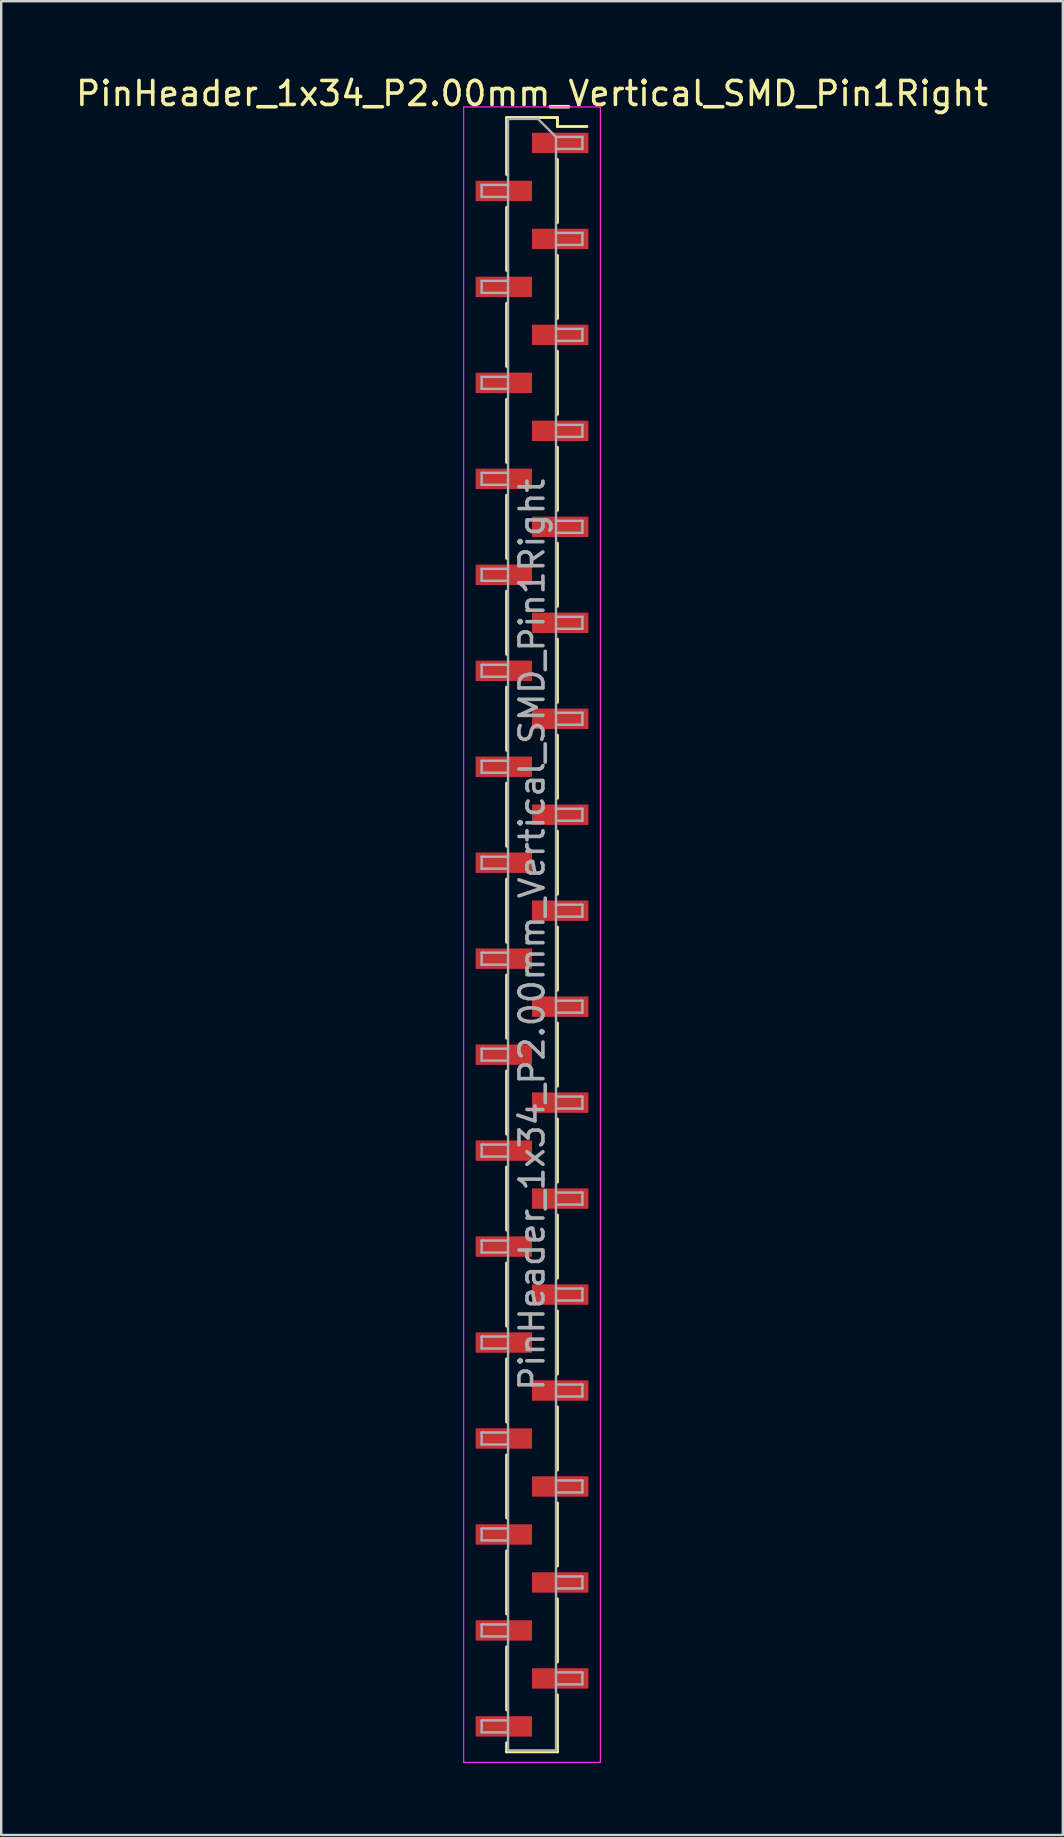
<source format=kicad_pcb>
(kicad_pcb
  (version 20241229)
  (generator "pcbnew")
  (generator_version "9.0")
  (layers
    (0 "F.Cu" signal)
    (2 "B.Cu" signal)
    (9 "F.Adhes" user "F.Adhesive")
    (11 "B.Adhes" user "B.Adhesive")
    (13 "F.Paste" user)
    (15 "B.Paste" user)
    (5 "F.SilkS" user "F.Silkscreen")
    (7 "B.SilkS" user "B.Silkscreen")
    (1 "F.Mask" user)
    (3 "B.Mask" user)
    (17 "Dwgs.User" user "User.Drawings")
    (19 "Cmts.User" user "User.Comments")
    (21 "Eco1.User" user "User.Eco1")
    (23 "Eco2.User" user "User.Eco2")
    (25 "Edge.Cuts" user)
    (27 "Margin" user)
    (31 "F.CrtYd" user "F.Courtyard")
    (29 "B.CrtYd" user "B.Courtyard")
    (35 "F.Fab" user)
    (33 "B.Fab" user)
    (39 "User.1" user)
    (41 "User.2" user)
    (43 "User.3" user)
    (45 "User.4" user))
  (footprint "PinHeader_1x34_P2.00mm_Vertical_SMD_Pin1Right"
    (layer "F.Cu")
    (at 19.125 35.908)
    (property "Reference" "PinHeader_1x34_P2.00mm_Vertical_SMD_Pin1Right" (at 0 -35.06 0) (layer "F.SilkS") (effects (font (size 1 1) (thickness 0.15))))
    (attr smd)
    (fp_line (start -1.06 -34.06) (end -1.06 -31.685) (stroke (width 0.12) (type solid)) (layer "F.SilkS"))
    (fp_line (start -1.06 -34.06) (end 1.06 -34.06) (stroke (width 0.12) (type solid)) (layer "F.SilkS"))
    (fp_line (start -1.06 -30.315) (end -1.06 -27.685) (stroke (width 0.12) (type solid)) (layer "F.SilkS"))
    (fp_line (start -1.06 -26.315) (end -1.06 -23.685) (stroke (width 0.12) (type solid)) (layer "F.SilkS"))
    (fp_line (start -1.06 -22.315) (end -1.06 -19.685) (stroke (width 0.12) (type solid)) (layer "F.SilkS"))
    (fp_line (start -1.06 -18.315) (end -1.06 -15.685) (stroke (width 0.12) (type solid)) (layer "F.SilkS"))
    (fp_line (start -1.06 -14.315) (end -1.06 -11.685) (stroke (width 0.12) (type solid)) (layer "F.SilkS"))
    (fp_line (start -1.06 -10.315) (end -1.06 -7.685) (stroke (width 0.12) (type solid)) (layer "F.SilkS"))
    (fp_line (start -1.06 -6.315) (end -1.06 -3.685) (stroke (width 0.12) (type solid)) (layer "F.SilkS"))
    (fp_line (start -1.06 -2.315) (end -1.06 0.315) (stroke (width 0.12) (type solid)) (layer "F.SilkS"))
    (fp_line (start -1.06 1.685) (end -1.06 4.315) (stroke (width 0.12) (type solid)) (layer "F.SilkS"))
    (fp_line (start -1.06 5.685) (end -1.06 8.315) (stroke (width 0.12) (type solid)) (layer "F.SilkS"))
    (fp_line (start -1.06 9.685) (end -1.06 12.315) (stroke (width 0.12) (type solid)) (layer "F.SilkS"))
    (fp_line (start -1.06 13.685) (end -1.06 16.315) (stroke (width 0.12) (type solid)) (layer "F.SilkS"))
    (fp_line (start -1.06 17.685) (end -1.06 20.315) (stroke (width 0.12) (type solid)) (layer "F.SilkS"))
    (fp_line (start -1.06 21.685) (end -1.06 24.315) (stroke (width 0.12) (type solid)) (layer "F.SilkS"))
    (fp_line (start -1.06 25.685) (end -1.06 28.315) (stroke (width 0.12) (type solid)) (layer "F.SilkS"))
    (fp_line (start -1.06 29.685) (end -1.06 32.315) (stroke (width 0.12) (type solid)) (layer "F.SilkS"))
    (fp_line (start -1.06 33.685) (end -1.06 34.06) (stroke (width 0.12) (type solid)) (layer "F.SilkS"))
    (fp_line (start -1.06 34.06) (end 1.06 34.06) (stroke (width 0.12) (type solid)) (layer "F.SilkS"))
    (fp_line (start 1.06 -34.06) (end 1.06 -33.685) (stroke (width 0.12) (type solid)) (layer "F.SilkS"))
    (fp_line (start 1.06 -33.685) (end 2.29 -33.685) (stroke (width 0.12) (type solid)) (layer "F.SilkS"))
    (fp_line (start 1.06 -32.315) (end 1.06 -29.685) (stroke (width 0.12) (type solid)) (layer "F.SilkS"))
    (fp_line (start 1.06 -28.315) (end 1.06 -25.685) (stroke (width 0.12) (type solid)) (layer "F.SilkS"))
    (fp_line (start 1.06 -24.315) (end 1.06 -21.685) (stroke (width 0.12) (type solid)) (layer "F.SilkS"))
    (fp_line (start 1.06 -20.315) (end 1.06 -17.685) (stroke (width 0.12) (type solid)) (layer "F.SilkS"))
    (fp_line (start 1.06 -16.315) (end 1.06 -13.685) (stroke (width 0.12) (type solid)) (layer "F.SilkS"))
    (fp_line (start 1.06 -12.315) (end 1.06 -9.685) (stroke (width 0.12) (type solid)) (layer "F.SilkS"))
    (fp_line (start 1.06 -8.315) (end 1.06 -5.685) (stroke (width 0.12) (type solid)) (layer "F.SilkS"))
    (fp_line (start 1.06 -4.315) (end 1.06 -1.685) (stroke (width 0.12) (type solid)) (layer "F.SilkS"))
    (fp_line (start 1.06 -0.315) (end 1.06 2.315) (stroke (width 0.12) (type solid)) (layer "F.SilkS"))
    (fp_line (start 1.06 3.685) (end 1.06 6.315) (stroke (width 0.12) (type solid)) (layer "F.SilkS"))
    (fp_line (start 1.06 7.685) (end 1.06 10.315) (stroke (width 0.12) (type solid)) (layer "F.SilkS"))
    (fp_line (start 1.06 11.685) (end 1.06 14.315) (stroke (width 0.12) (type solid)) (layer "F.SilkS"))
    (fp_line (start 1.06 15.685) (end 1.06 18.315) (stroke (width 0.12) (type solid)) (layer "F.SilkS"))
    (fp_line (start 1.06 19.685) (end 1.06 22.315) (stroke (width 0.12) (type solid)) (layer "F.SilkS"))
    (fp_line (start 1.06 23.685) (end 1.06 26.315) (stroke (width 0.12) (type solid)) (layer "F.SilkS"))
    (fp_line (start 1.06 27.685) (end 1.06 30.315) (stroke (width 0.12) (type solid)) (layer "F.SilkS"))
    (fp_line (start 1.06 31.685) (end 1.06 34.06) (stroke (width 0.12) (type solid)) (layer "F.SilkS"))
    (fp_line (start -2.85 -34.5) (end -2.85 34.5) (stroke (width 0.05) (type solid)) (layer "F.CrtYd"))
    (fp_line (start -2.85 34.5) (end 2.85 34.5) (stroke (width 0.05) (type solid)) (layer "F.CrtYd"))
    (fp_line (start 2.85 -34.5) (end -2.85 -34.5) (stroke (width 0.05) (type solid)) (layer "F.CrtYd"))
    (fp_line (start 2.85 34.5) (end 2.85 -34.5) (stroke (width 0.05) (type solid)) (layer "F.CrtYd"))
    (fp_line (start -2.1 -31.25) (end -2.1 -30.75) (stroke (width 0.1) (type solid)) (layer "F.Fab"))
    (fp_line (start -2.1 -30.75) (end -1 -30.75) (stroke (width 0.1) (type solid)) (layer "F.Fab"))
    (fp_line (start -2.1 -27.25) (end -2.1 -26.75) (stroke (width 0.1) (type solid)) (layer "F.Fab"))
    (fp_line (start -2.1 -26.75) (end -1 -26.75) (stroke (width 0.1) (type solid)) (layer "F.Fab"))
    (fp_line (start -2.1 -23.25) (end -2.1 -22.75) (stroke (width 0.1) (type solid)) (layer "F.Fab"))
    (fp_line (start -2.1 -22.75) (end -1 -22.75) (stroke (width 0.1) (type solid)) (layer "F.Fab"))
    (fp_line (start -2.1 -19.25) (end -2.1 -18.75) (stroke (width 0.1) (type solid)) (layer "F.Fab"))
    (fp_line (start -2.1 -18.75) (end -1 -18.75) (stroke (width 0.1) (type solid)) (layer "F.Fab"))
    (fp_line (start -2.1 -15.25) (end -2.1 -14.75) (stroke (width 0.1) (type solid)) (layer "F.Fab"))
    (fp_line (start -2.1 -14.75) (end -1 -14.75) (stroke (width 0.1) (type solid)) (layer "F.Fab"))
    (fp_line (start -2.1 -11.25) (end -2.1 -10.75) (stroke (width 0.1) (type solid)) (layer "F.Fab"))
    (fp_line (start -2.1 -10.75) (end -1 -10.75) (stroke (width 0.1) (type solid)) (layer "F.Fab"))
    (fp_line (start -2.1 -7.25) (end -2.1 -6.75) (stroke (width 0.1) (type solid)) (layer "F.Fab"))
    (fp_line (start -2.1 -6.75) (end -1 -6.75) (stroke (width 0.1) (type solid)) (layer "F.Fab"))
    (fp_line (start -2.1 -3.25) (end -2.1 -2.75) (stroke (width 0.1) (type solid)) (layer "F.Fab"))
    (fp_line (start -2.1 -2.75) (end -1 -2.75) (stroke (width 0.1) (type solid)) (layer "F.Fab"))
    (fp_line (start -2.1 0.75) (end -2.1 1.25) (stroke (width 0.1) (type solid)) (layer "F.Fab"))
    (fp_line (start -2.1 1.25) (end -1 1.25) (stroke (width 0.1) (type solid)) (layer "F.Fab"))
    (fp_line (start -2.1 4.75) (end -2.1 5.25) (stroke (width 0.1) (type solid)) (layer "F.Fab"))
    (fp_line (start -2.1 5.25) (end -1 5.25) (stroke (width 0.1) (type solid)) (layer "F.Fab"))
    (fp_line (start -2.1 8.75) (end -2.1 9.25) (stroke (width 0.1) (type solid)) (layer "F.Fab"))
    (fp_line (start -2.1 9.25) (end -1 9.25) (stroke (width 0.1) (type solid)) (layer "F.Fab"))
    (fp_line (start -2.1 12.75) (end -2.1 13.25) (stroke (width 0.1) (type solid)) (layer "F.Fab"))
    (fp_line (start -2.1 13.25) (end -1 13.25) (stroke (width 0.1) (type solid)) (layer "F.Fab"))
    (fp_line (start -2.1 16.75) (end -2.1 17.25) (stroke (width 0.1) (type solid)) (layer "F.Fab"))
    (fp_line (start -2.1 17.25) (end -1 17.25) (stroke (width 0.1) (type solid)) (layer "F.Fab"))
    (fp_line (start -2.1 20.75) (end -2.1 21.25) (stroke (width 0.1) (type solid)) (layer "F.Fab"))
    (fp_line (start -2.1 21.25) (end -1 21.25) (stroke (width 0.1) (type solid)) (layer "F.Fab"))
    (fp_line (start -2.1 24.75) (end -2.1 25.25) (stroke (width 0.1) (type solid)) (layer "F.Fab"))
    (fp_line (start -2.1 25.25) (end -1 25.25) (stroke (width 0.1) (type solid)) (layer "F.Fab"))
    (fp_line (start -2.1 28.75) (end -2.1 29.25) (stroke (width 0.1) (type solid)) (layer "F.Fab"))
    (fp_line (start -2.1 29.25) (end -1 29.25) (stroke (width 0.1) (type solid)) (layer "F.Fab"))
    (fp_line (start -2.1 32.75) (end -2.1 33.25) (stroke (width 0.1) (type solid)) (layer "F.Fab"))
    (fp_line (start -2.1 33.25) (end -1 33.25) (stroke (width 0.1) (type solid)) (layer "F.Fab"))
    (fp_line (start -1 -34) (end -1 34) (stroke (width 0.1) (type solid)) (layer "F.Fab"))
    (fp_line (start -1 -34) (end 0.25 -34) (stroke (width 0.1) (type solid)) (layer "F.Fab"))
    (fp_line (start -1 -31.25) (end -2.1 -31.25) (stroke (width 0.1) (type solid)) (layer "F.Fab"))
    (fp_line (start -1 -27.25) (end -2.1 -27.25) (stroke (width 0.1) (type solid)) (layer "F.Fab"))
    (fp_line (start -1 -23.25) (end -2.1 -23.25) (stroke (width 0.1) (type solid)) (layer "F.Fab"))
    (fp_line (start -1 -19.25) (end -2.1 -19.25) (stroke (width 0.1) (type solid)) (layer "F.Fab"))
    (fp_line (start -1 -15.25) (end -2.1 -15.25) (stroke (width 0.1) (type solid)) (layer "F.Fab"))
    (fp_line (start -1 -11.25) (end -2.1 -11.25) (stroke (width 0.1) (type solid)) (layer "F.Fab"))
    (fp_line (start -1 -7.25) (end -2.1 -7.25) (stroke (width 0.1) (type solid)) (layer "F.Fab"))
    (fp_line (start -1 -3.25) (end -2.1 -3.25) (stroke (width 0.1) (type solid)) (layer "F.Fab"))
    (fp_line (start -1 0.75) (end -2.1 0.75) (stroke (width 0.1) (type solid)) (layer "F.Fab"))
    (fp_line (start -1 4.75) (end -2.1 4.75) (stroke (width 0.1) (type solid)) (layer "F.Fab"))
    (fp_line (start -1 8.75) (end -2.1 8.75) (stroke (width 0.1) (type solid)) (layer "F.Fab"))
    (fp_line (start -1 12.75) (end -2.1 12.75) (stroke (width 0.1) (type solid)) (layer "F.Fab"))
    (fp_line (start -1 16.75) (end -2.1 16.75) (stroke (width 0.1) (type solid)) (layer "F.Fab"))
    (fp_line (start -1 20.75) (end -2.1 20.75) (stroke (width 0.1) (type solid)) (layer "F.Fab"))
    (fp_line (start -1 24.75) (end -2.1 24.75) (stroke (width 0.1) (type solid)) (layer "F.Fab"))
    (fp_line (start -1 28.75) (end -2.1 28.75) (stroke (width 0.1) (type solid)) (layer "F.Fab"))
    (fp_line (start -1 32.75) (end -2.1 32.75) (stroke (width 0.1) (type solid)) (layer "F.Fab"))
    (fp_line (start 1 -33.25) (end 0.25 -34) (stroke (width 0.1) (type solid)) (layer "F.Fab"))
    (fp_line (start 1 -33.25) (end 2.1 -33.25) (stroke (width 0.1) (type solid)) (layer "F.Fab"))
    (fp_line (start 1 -29.25) (end 2.1 -29.25) (stroke (width 0.1) (type solid)) (layer "F.Fab"))
    (fp_line (start 1 -25.25) (end 2.1 -25.25) (stroke (width 0.1) (type solid)) (layer "F.Fab"))
    (fp_line (start 1 -21.25) (end 2.1 -21.25) (stroke (width 0.1) (type solid)) (layer "F.Fab"))
    (fp_line (start 1 -17.25) (end 2.1 -17.25) (stroke (width 0.1) (type solid)) (layer "F.Fab"))
    (fp_line (start 1 -13.25) (end 2.1 -13.25) (stroke (width 0.1) (type solid)) (layer "F.Fab"))
    (fp_line (start 1 -9.25) (end 2.1 -9.25) (stroke (width 0.1) (type solid)) (layer "F.Fab"))
    (fp_line (start 1 -5.25) (end 2.1 -5.25) (stroke (width 0.1) (type solid)) (layer "F.Fab"))
    (fp_line (start 1 -1.25) (end 2.1 -1.25) (stroke (width 0.1) (type solid)) (layer "F.Fab"))
    (fp_line (start 1 2.75) (end 2.1 2.75) (stroke (width 0.1) (type solid)) (layer "F.Fab"))
    (fp_line (start 1 6.75) (end 2.1 6.75) (stroke (width 0.1) (type solid)) (layer "F.Fab"))
    (fp_line (start 1 10.75) (end 2.1 10.75) (stroke (width 0.1) (type solid)) (layer "F.Fab"))
    (fp_line (start 1 14.75) (end 2.1 14.75) (stroke (width 0.1) (type solid)) (layer "F.Fab"))
    (fp_line (start 1 18.75) (end 2.1 18.75) (stroke (width 0.1) (type solid)) (layer "F.Fab"))
    (fp_line (start 1 22.75) (end 2.1 22.75) (stroke (width 0.1) (type solid)) (layer "F.Fab"))
    (fp_line (start 1 26.75) (end 2.1 26.75) (stroke (width 0.1) (type solid)) (layer "F.Fab"))
    (fp_line (start 1 30.75) (end 2.1 30.75) (stroke (width 0.1) (type solid)) (layer "F.Fab"))
    (fp_line (start 1 34) (end -1 34) (stroke (width 0.1) (type solid)) (layer "F.Fab"))
    (fp_line (start 1 34) (end 1 -33.25) (stroke (width 0.1) (type solid)) (layer "F.Fab"))
    (fp_line (start 2.1 -33.25) (end 2.1 -32.75) (stroke (width 0.1) (type solid)) (layer "F.Fab"))
    (fp_line (start 2.1 -32.75) (end 1 -32.75) (stroke (width 0.1) (type solid)) (layer "F.Fab"))
    (fp_line (start 2.1 -29.25) (end 2.1 -28.75) (stroke (width 0.1) (type solid)) (layer "F.Fab"))
    (fp_line (start 2.1 -28.75) (end 1 -28.75) (stroke (width 0.1) (type solid)) (layer "F.Fab"))
    (fp_line (start 2.1 -25.25) (end 2.1 -24.75) (stroke (width 0.1) (type solid)) (layer "F.Fab"))
    (fp_line (start 2.1 -24.75) (end 1 -24.75) (stroke (width 0.1) (type solid)) (layer "F.Fab"))
    (fp_line (start 2.1 -21.25) (end 2.1 -20.75) (stroke (width 0.1) (type solid)) (layer "F.Fab"))
    (fp_line (start 2.1 -20.75) (end 1 -20.75) (stroke (width 0.1) (type solid)) (layer "F.Fab"))
    (fp_line (start 2.1 -17.25) (end 2.1 -16.75) (stroke (width 0.1) (type solid)) (layer "F.Fab"))
    (fp_line (start 2.1 -16.75) (end 1 -16.75) (stroke (width 0.1) (type solid)) (layer "F.Fab"))
    (fp_line (start 2.1 -13.25) (end 2.1 -12.75) (stroke (width 0.1) (type solid)) (layer "F.Fab"))
    (fp_line (start 2.1 -12.75) (end 1 -12.75) (stroke (width 0.1) (type solid)) (layer "F.Fab"))
    (fp_line (start 2.1 -9.25) (end 2.1 -8.75) (stroke (width 0.1) (type solid)) (layer "F.Fab"))
    (fp_line (start 2.1 -8.75) (end 1 -8.75) (stroke (width 0.1) (type solid)) (layer "F.Fab"))
    (fp_line (start 2.1 -5.25) (end 2.1 -4.75) (stroke (width 0.1) (type solid)) (layer "F.Fab"))
    (fp_line (start 2.1 -4.75) (end 1 -4.75) (stroke (width 0.1) (type solid)) (layer "F.Fab"))
    (fp_line (start 2.1 -1.25) (end 2.1 -0.75) (stroke (width 0.1) (type solid)) (layer "F.Fab"))
    (fp_line (start 2.1 -0.75) (end 1 -0.75) (stroke (width 0.1) (type solid)) (layer "F.Fab"))
    (fp_line (start 2.1 2.75) (end 2.1 3.25) (stroke (width 0.1) (type solid)) (layer "F.Fab"))
    (fp_line (start 2.1 3.25) (end 1 3.25) (stroke (width 0.1) (type solid)) (layer "F.Fab"))
    (fp_line (start 2.1 6.75) (end 2.1 7.25) (stroke (width 0.1) (type solid)) (layer "F.Fab"))
    (fp_line (start 2.1 7.25) (end 1 7.25) (stroke (width 0.1) (type solid)) (layer "F.Fab"))
    (fp_line (start 2.1 10.75) (end 2.1 11.25) (stroke (width 0.1) (type solid)) (layer "F.Fab"))
    (fp_line (start 2.1 11.25) (end 1 11.25) (stroke (width 0.1) (type solid)) (layer "F.Fab"))
    (fp_line (start 2.1 14.75) (end 2.1 15.25) (stroke (width 0.1) (type solid)) (layer "F.Fab"))
    (fp_line (start 2.1 15.25) (end 1 15.25) (stroke (width 0.1) (type solid)) (layer "F.Fab"))
    (fp_line (start 2.1 18.75) (end 2.1 19.25) (stroke (width 0.1) (type solid)) (layer "F.Fab"))
    (fp_line (start 2.1 19.25) (end 1 19.25) (stroke (width 0.1) (type solid)) (layer "F.Fab"))
    (fp_line (start 2.1 22.75) (end 2.1 23.25) (stroke (width 0.1) (type solid)) (layer "F.Fab"))
    (fp_line (start 2.1 23.25) (end 1 23.25) (stroke (width 0.1) (type solid)) (layer "F.Fab"))
    (fp_line (start 2.1 26.75) (end 2.1 27.25) (stroke (width 0.1) (type solid)) (layer "F.Fab"))
    (fp_line (start 2.1 27.25) (end 1 27.25) (stroke (width 0.1) (type solid)) (layer "F.Fab"))
    (fp_line (start 2.1 30.75) (end 2.1 31.25) (stroke (width 0.1) (type solid)) (layer "F.Fab"))
    (fp_line (start 2.1 31.25) (end 1 31.25) (stroke (width 0.1) (type solid)) (layer "F.Fab"))
    (fp_text user "${REFERENCE}" (at 0 0 90) (layer "F.Fab") (effects (font (size 1 1) (thickness 0.15))))
    (pad "1" smd rect (at 1.175 -33) (size 2.35 0.85) (layers "F.Cu" "F.Mask" "F.Paste"))
    (pad "2" smd rect (at -1.175 -31) (size 2.35 0.85) (layers "F.Cu" "F.Mask" "F.Paste"))
    (pad "3" smd rect (at 1.175 -29) (size 2.35 0.85) (layers "F.Cu" "F.Mask" "F.Paste"))
    (pad "4" smd rect (at -1.175 -27) (size 2.35 0.85) (layers "F.Cu" "F.Mask" "F.Paste"))
    (pad "5" smd rect (at 1.175 -25) (size 2.35 0.85) (layers "F.Cu" "F.Mask" "F.Paste"))
    (pad "6" smd rect (at -1.175 -23) (size 2.35 0.85) (layers "F.Cu" "F.Mask" "F.Paste"))
    (pad "7" smd rect (at 1.175 -21) (size 2.35 0.85) (layers "F.Cu" "F.Mask" "F.Paste"))
    (pad "8" smd rect (at -1.175 -19) (size 2.35 0.85) (layers "F.Cu" "F.Mask" "F.Paste"))
    (pad "9" smd rect (at 1.175 -17) (size 2.35 0.85) (layers "F.Cu" "F.Mask" "F.Paste"))
    (pad "10" smd rect (at -1.175 -15) (size 2.35 0.85) (layers "F.Cu" "F.Mask" "F.Paste"))
    (pad "11" smd rect (at 1.175 -13) (size 2.35 0.85) (layers "F.Cu" "F.Mask" "F.Paste"))
    (pad "12" smd rect (at -1.175 -11) (size 2.35 0.85) (layers "F.Cu" "F.Mask" "F.Paste"))
    (pad "13" smd rect (at 1.175 -9) (size 2.35 0.85) (layers "F.Cu" "F.Mask" "F.Paste"))
    (pad "14" smd rect (at -1.175 -7) (size 2.35 0.85) (layers "F.Cu" "F.Mask" "F.Paste"))
    (pad "15" smd rect (at 1.175 -5) (size 2.35 0.85) (layers "F.Cu" "F.Mask" "F.Paste"))
    (pad "16" smd rect (at -1.175 -3) (size 2.35 0.85) (layers "F.Cu" "F.Mask" "F.Paste"))
    (pad "17" smd rect (at 1.175 -1) (size 2.35 0.85) (layers "F.Cu" "F.Mask" "F.Paste"))
    (pad "18" smd rect (at -1.175 1) (size 2.35 0.85) (layers "F.Cu" "F.Mask" "F.Paste"))
    (pad "19" smd rect (at 1.175 3) (size 2.35 0.85) (layers "F.Cu" "F.Mask" "F.Paste"))
    (pad "20" smd rect (at -1.175 5) (size 2.35 0.85) (layers "F.Cu" "F.Mask" "F.Paste"))
    (pad "21" smd rect (at 1.175 7) (size 2.35 0.85) (layers "F.Cu" "F.Mask" "F.Paste"))
    (pad "22" smd rect (at -1.175 9) (size 2.35 0.85) (layers "F.Cu" "F.Mask" "F.Paste"))
    (pad "23" smd rect (at 1.175 11) (size 2.35 0.85) (layers "F.Cu" "F.Mask" "F.Paste"))
    (pad "24" smd rect (at -1.175 13) (size 2.35 0.85) (layers "F.Cu" "F.Mask" "F.Paste"))
    (pad "25" smd rect (at 1.175 15) (size 2.35 0.85) (layers "F.Cu" "F.Mask" "F.Paste"))
    (pad "26" smd rect (at -1.175 17) (size 2.35 0.85) (layers "F.Cu" "F.Mask" "F.Paste"))
    (pad "27" smd rect (at 1.175 19) (size 2.35 0.85) (layers "F.Cu" "F.Mask" "F.Paste"))
    (pad "28" smd rect (at -1.175 21) (size 2.35 0.85) (layers "F.Cu" "F.Mask" "F.Paste"))
    (pad "29" smd rect (at 1.175 23) (size 2.35 0.85) (layers "F.Cu" "F.Mask" "F.Paste"))
    (pad "30" smd rect (at -1.175 25) (size 2.35 0.85) (layers "F.Cu" "F.Mask" "F.Paste"))
    (pad "31" smd rect (at 1.175 27) (size 2.35 0.85) (layers "F.Cu" "F.Mask" "F.Paste"))
    (pad "32" smd rect (at -1.175 29) (size 2.35 0.85) (layers "F.Cu" "F.Mask" "F.Paste"))
    (pad "33" smd rect (at 1.175 31) (size 2.35 0.85) (layers "F.Cu" "F.Mask" "F.Paste"))
    (pad "34" smd rect (at -1.175 33) (size 2.35 0.85) (layers "F.Cu" "F.Mask" "F.Paste")))
  (gr_rect
    (start -3 -3)
    (end 41.25 73.433)
    (stroke (width 0.1) (type default))
    (fill no)
    (layer "Edge.Cuts")))
</source>
